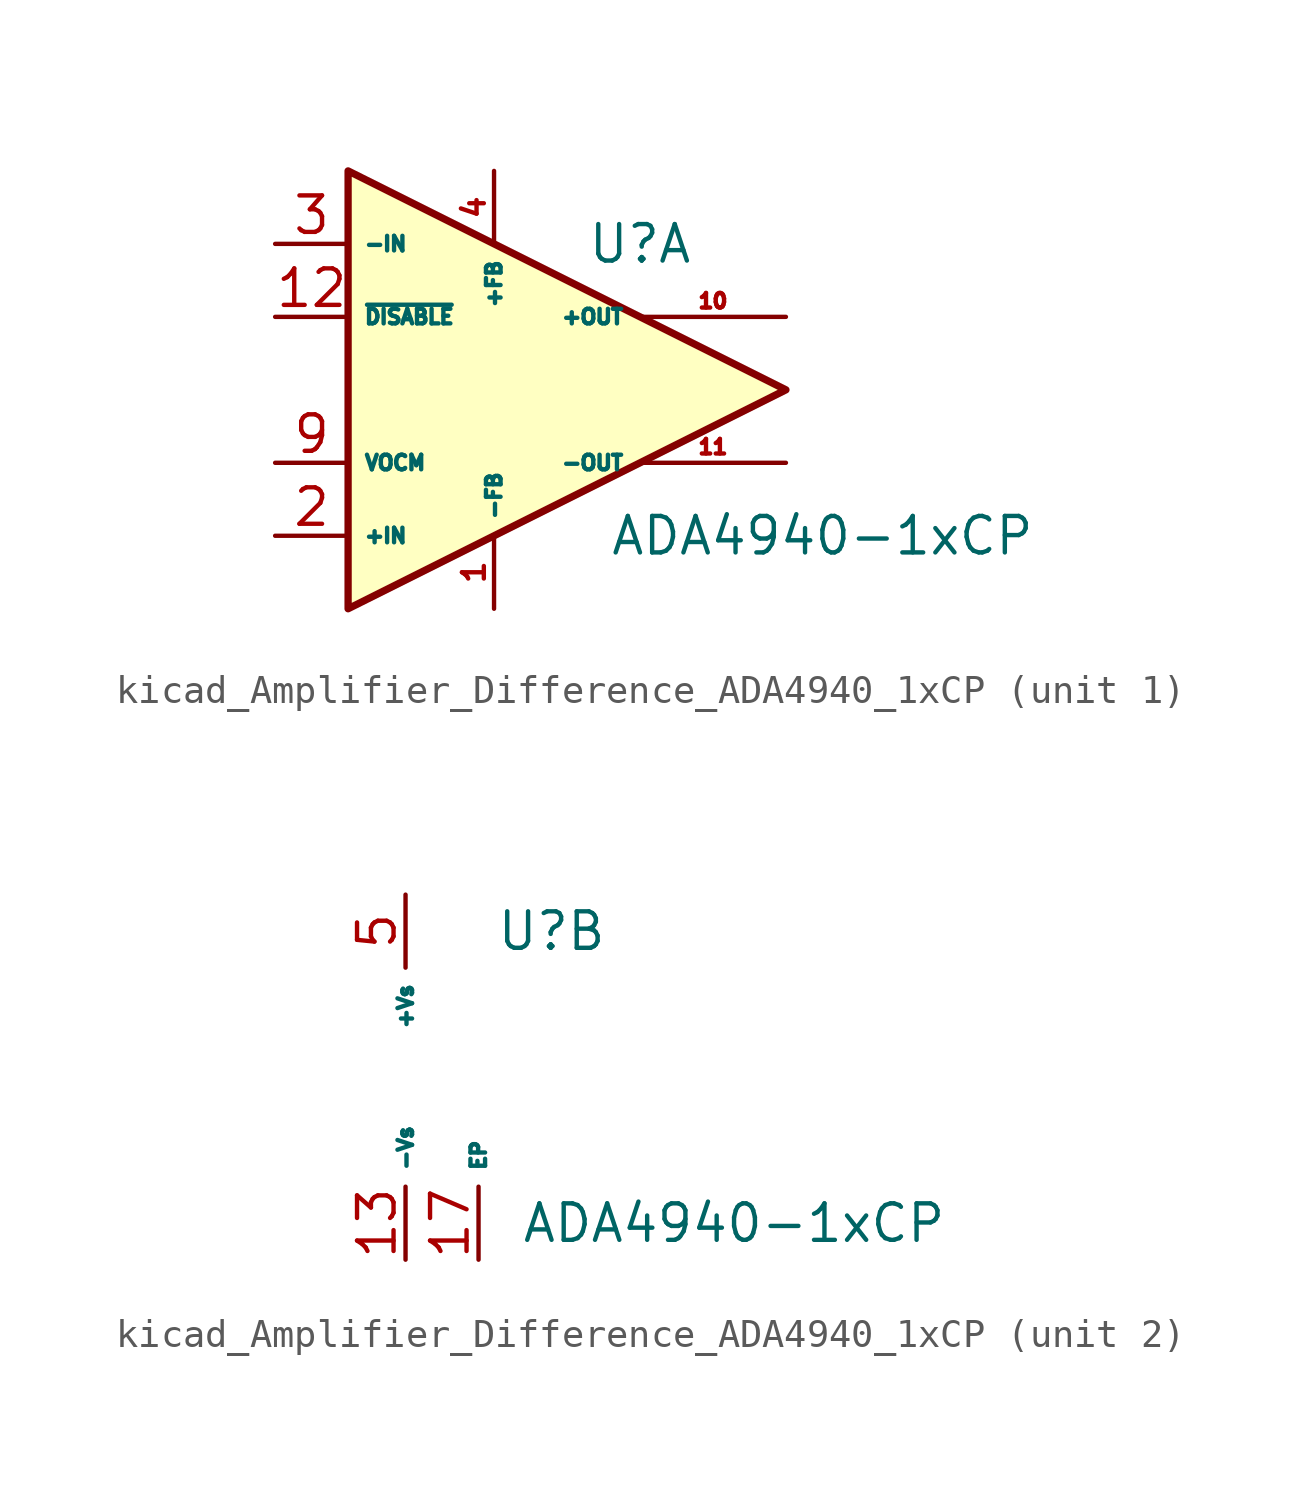
<source format=kicad_sym>
(kicad_symbol_lib
  (version 20220914)
  (generator kicad_symbol_editor)
  (symbol "kicad_Amplifier_Difference_ADA4940_1xCP"
    (property "Reference" "U"
      (at 5.08 5.08 0)
      (effects (font (size 1.27 1.27))))
    (property "Value" "ADA4940-1xCP"
      (at 11.43 -5.08 0)
      (effects (font (size 1.27 1.27))))
    (symbol "kicad_Amplifier_Difference_ADA4940_1xCP_1_1"
      (polyline (pts (xy -5.08 7.62) (xy -5.08 -7.62) (xy 10.16 0) (xy -5.08 7.62)) (stroke (width 0.254) (type default)) (fill (type background)))
      (pin input line (at 0 -7.62 90) (length 2.54) (name "-FB" (effects (font (size 0.508 0.508)))) (number "1" (effects (font (size 0.762 0.762)))))
      (pin output line (at 10.16 2.54 180) (length 5.08) (name "+OUT" (effects (font (size 0.508 0.508)))) (number "10" (effects (font (size 0.508 0.508)))))
      (pin output line (at 10.16 -2.54 180) (length 5.08) (name "-OUT" (effects (font (size 0.508 0.508)))) (number "11" (effects (font (size 0.508 0.508)))))
      (pin input line (at -7.62 2.54 0) (length 2.54) (name "~{DISABLE}" (effects (font (size 0.508 0.508)))) (number "12" (effects (font (size 1.27 1.27)))))
      (pin input line (at -7.62 -5.08 0) (length 2.54) (name "+IN" (effects (font (size 0.508 0.508)))) (number "2" (effects (font (size 1.27 1.27)))))
      (pin input line (at -7.62 5.08 0) (length 2.54) (name "-IN" (effects (font (size 0.508 0.508)))) (number "3" (effects (font (size 1.27 1.27)))))
      (pin input line (at 0 7.62 270) (length 2.54) (name "+FB" (effects (font (size 0.508 0.508)))) (number "4" (effects (font (size 0.762 0.762)))))
      (pin input line (at -7.62 -2.54 0) (length 2.54) (name "VOCM" (effects (font (size 0.508 0.508)))) (number "9" (effects (font (size 1.27 1.27))))))
    (symbol "kicad_Amplifier_Difference_ADA4940_1xCP_2_1"
      (pin power_in line (at 0 -6.35 90) (length 2.54) (name "-Vs" (effects (font (size 0.508 0.508)))) (number "13" (effects (font (size 1.27 1.27)))))
      (pin passive line (at 0 -6.35 90) (length 2.54) hide (name "-Vs" (effects (font (size 0.508 0.508)))) (number "14" (effects (font (size 1.27 1.27)))))
      (pin passive line (at 0 -6.35 90) (length 2.54) hide (name "-Vs" (effects (font (size 0.508 0.508)))) (number "15" (effects (font (size 1.27 1.27)))))
      (pin passive line (at 0 -6.35 90) (length 2.54) hide (name "-Vs" (effects (font (size 0.508 0.508)))) (number "16" (effects (font (size 1.27 1.27)))))
      (pin passive line (at 2.54 -6.35 90) (length 2.54) (name "EP" (effects (font (size 0.508 0.508)))) (number "17" (effects (font (size 1.27 1.27)))))
      (pin power_in line (at 0 6.35 270) (length 2.54) (name "+Vs" (effects (font (size 0.508 0.508)))) (number "5" (effects (font (size 1.27 1.27)))))
      (pin passive line (at 0 6.35 270) (length 2.54) hide (name "+Vs" (effects (font (size 0.508 0.508)))) (number "6" (effects (font (size 1.27 1.27)))))
      (pin passive line (at 0 6.35 270) (length 2.54) hide (name "+Vs" (effects (font (size 0.508 0.508)))) (number "7" (effects (font (size 1.27 1.27)))))
      (pin passive line (at 0 6.35 270) (length 2.54) hide (name "+Vs" (effects (font (size 0.508 0.508)))) (number "8" (effects (font (size 1.27 1.27))))))))
</source>
